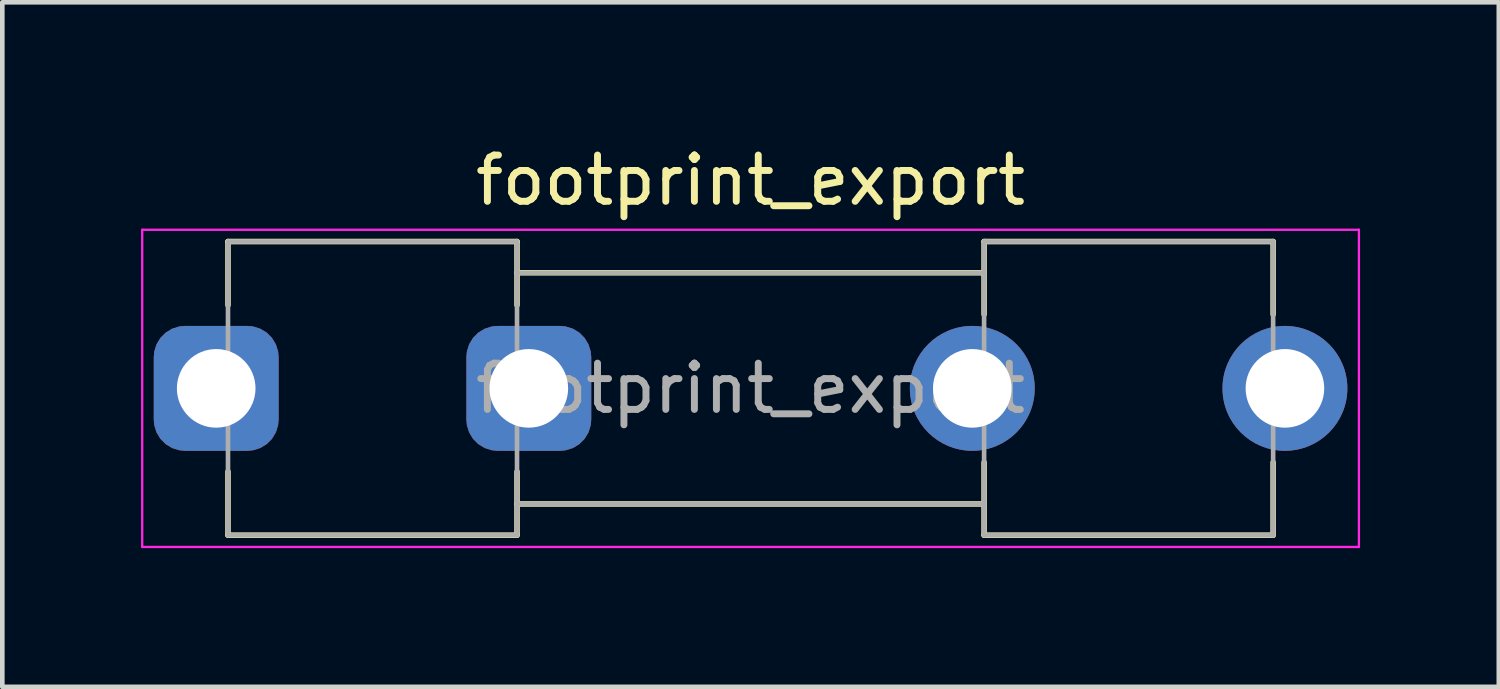
<source format=kicad_pcb>
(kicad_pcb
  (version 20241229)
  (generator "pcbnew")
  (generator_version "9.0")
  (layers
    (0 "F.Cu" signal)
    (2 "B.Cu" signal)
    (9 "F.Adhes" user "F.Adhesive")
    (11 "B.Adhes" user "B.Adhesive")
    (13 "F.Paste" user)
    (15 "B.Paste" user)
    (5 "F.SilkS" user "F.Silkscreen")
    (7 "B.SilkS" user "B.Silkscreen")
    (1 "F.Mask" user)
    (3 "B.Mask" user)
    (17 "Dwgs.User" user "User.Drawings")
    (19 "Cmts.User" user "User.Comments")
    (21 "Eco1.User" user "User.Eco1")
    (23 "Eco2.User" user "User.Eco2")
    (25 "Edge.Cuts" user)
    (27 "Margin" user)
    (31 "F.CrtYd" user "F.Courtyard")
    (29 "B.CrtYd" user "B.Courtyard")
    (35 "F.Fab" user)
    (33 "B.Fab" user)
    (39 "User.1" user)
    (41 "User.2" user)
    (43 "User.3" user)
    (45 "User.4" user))
  (footprint "footprint_export"
    (layer "F.Cu")
    (at 1.625 5.348)
    (property "Reference" "footprint_export" (at 11.555 -4.5 0) (layer "F.SilkS") (effects (font (size 1 1) (thickness 0.15))))
    (attr through_hole)
    (fp_line (start 0.255 -3.175) (end 0.255 -1.8) (stroke (width 0.12) (type solid)) (layer "F.SilkS"))
    (fp_line (start 0.255 3.175) (end 0.255 1.8) (stroke (width 0.12) (type solid)) (layer "F.SilkS"))
    (fp_line (start 6.505 -3.175) (end 0.255 -3.175) (stroke (width 0.12) (type solid)) (layer "F.SilkS"))
    (fp_line (start 6.505 -3.175) (end 6.505 -1.8) (stroke (width 0.12) (type solid)) (layer "F.SilkS"))
    (fp_line (start 6.505 3.175) (end 0.255 3.175) (stroke (width 0.12) (type solid)) (layer "F.SilkS"))
    (fp_line (start 6.505 3.175) (end 6.505 1.8) (stroke (width 0.12) (type solid)) (layer "F.SilkS"))
    (fp_line (start 16.605 -3.175) (end 16.605 -1.6) (stroke (width 0.12) (type solid)) (layer "F.SilkS"))
    (fp_line (start 16.605 -2.5) (end 6.505 -2.5) (stroke (width 0.12) (type solid)) (layer "F.SilkS"))
    (fp_line (start 16.605 2.5) (end 6.505 2.5) (stroke (width 0.12) (type solid)) (layer "F.SilkS"))
    (fp_line (start 16.605 3.175) (end 16.605 1.6) (stroke (width 0.12) (type solid)) (layer "F.SilkS"))
    (fp_line (start 16.605 3.175) (end 22.855 3.175) (stroke (width 0.12) (type solid)) (layer "F.SilkS"))
    (fp_line (start 22.855 -3.175) (end 16.605 -3.175) (stroke (width 0.12) (type solid)) (layer "F.SilkS"))
    (fp_line (start 22.855 -1.6) (end 22.855 -3.175) (stroke (width 0.12) (type solid)) (layer "F.SilkS"))
    (fp_line (start 22.855 1.6) (end 22.855 3.175) (stroke (width 0.12) (type solid)) (layer "F.SilkS"))
    (fp_line (start -1.6 -3.43) (end -1.6 3.43) (stroke (width 0.05) (type solid)) (layer "F.CrtYd"))
    (fp_line (start -1.6 -3.43) (end 24.71 -3.43) (stroke (width 0.05) (type solid)) (layer "F.CrtYd"))
    (fp_line (start 24.71 3.43) (end -1.6 3.43) (stroke (width 0.05) (type solid)) (layer "F.CrtYd"))
    (fp_line (start 24.71 3.43) (end 24.71 -3.43) (stroke (width 0.05) (type solid)) (layer "F.CrtYd"))
    (fp_line (start 0.255 -3.175) (end 6.505 -3.175) (stroke (width 0.1) (type solid)) (layer "F.Fab"))
    (fp_line (start 0.255 3.175) (end 0.255 -3.175) (stroke (width 0.1) (type solid)) (layer "F.Fab"))
    (fp_line (start 6.505 -3.175) (end 6.505 3.175) (stroke (width 0.1) (type solid)) (layer "F.Fab"))
    (fp_line (start 6.505 -2.5) (end 16.605 -2.5) (stroke (width 0.1) (type solid)) (layer "F.Fab"))
    (fp_line (start 6.505 3.175) (end 0.255 3.175) (stroke (width 0.1) (type solid)) (layer "F.Fab"))
    (fp_line (start 16.605 -3.175) (end 16.605 3.175) (stroke (width 0.1) (type solid)) (layer "F.Fab"))
    (fp_line (start 16.605 2.5) (end 6.505 2.5) (stroke (width 0.1) (type solid)) (layer "F.Fab"))
    (fp_line (start 16.605 3.175) (end 22.855 3.175) (stroke (width 0.1) (type solid)) (layer "F.Fab"))
    (fp_line (start 22.855 -3.175) (end 16.605 -3.175) (stroke (width 0.1) (type solid)) (layer "F.Fab"))
    (fp_line (start 22.855 3.175) (end 22.855 -3.175) (stroke (width 0.1) (type solid)) (layer "F.Fab"))
    (fp_text user "${REFERENCE}" (at 11.555 0 0) (layer "F.Fab") (effects (font (size 1 1) (thickness 0.15))))
    (pad "1" thru_hole roundrect (at 0 0) (size 2.7 2.7) (drill 1.7) (layers "*.Cu" "*.Mask") (roundrect_rratio 0.25))
    (pad "1" thru_hole roundrect (at 6.76 0) (size 2.7 2.7) (drill 1.7) (layers "*.Cu" "*.Mask") (roundrect_rratio 0.25))
    (pad "2" thru_hole circle (at 16.35 0) (size 2.7 2.7) (drill 1.7) (layers "*.Cu" "*.Mask"))
    (pad "2" thru_hole circle (at 23.11 0) (size 2.7 2.7) (drill 1.7) (layers "*.Cu" "*.Mask")))
  (gr_rect
    (start -3 -3)
    (end 29.36 11.803)
    (stroke (width 0.1) (type default))
    (fill no)
    (layer "Edge.Cuts")))
</source>
